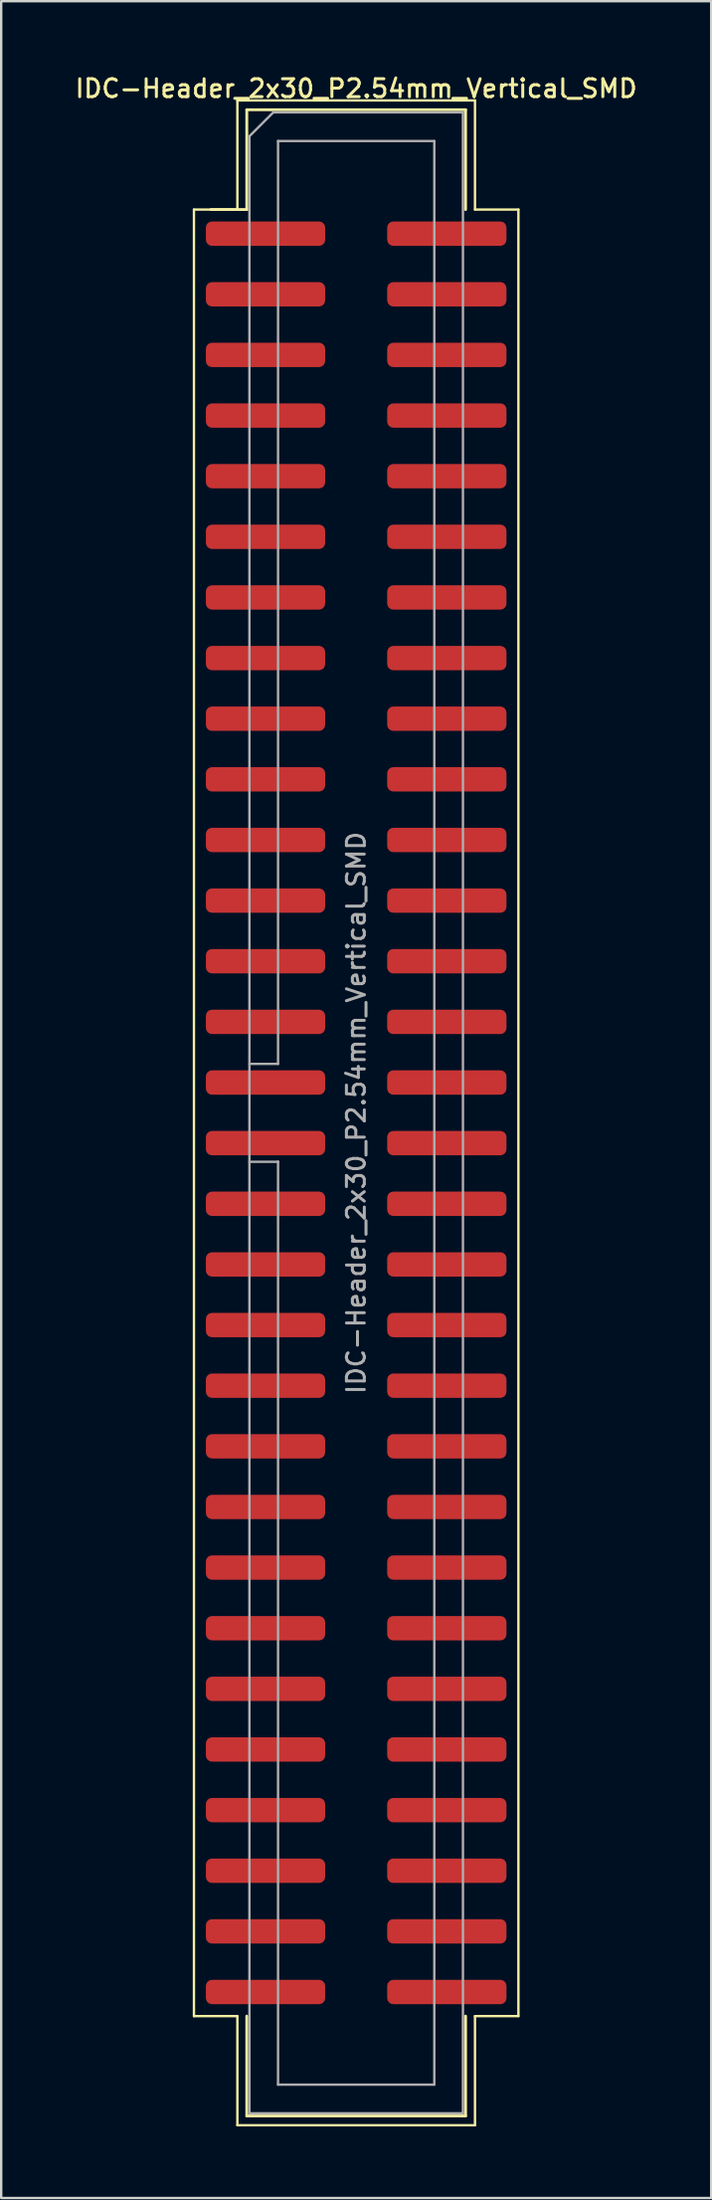
<source format=kicad_pcb>
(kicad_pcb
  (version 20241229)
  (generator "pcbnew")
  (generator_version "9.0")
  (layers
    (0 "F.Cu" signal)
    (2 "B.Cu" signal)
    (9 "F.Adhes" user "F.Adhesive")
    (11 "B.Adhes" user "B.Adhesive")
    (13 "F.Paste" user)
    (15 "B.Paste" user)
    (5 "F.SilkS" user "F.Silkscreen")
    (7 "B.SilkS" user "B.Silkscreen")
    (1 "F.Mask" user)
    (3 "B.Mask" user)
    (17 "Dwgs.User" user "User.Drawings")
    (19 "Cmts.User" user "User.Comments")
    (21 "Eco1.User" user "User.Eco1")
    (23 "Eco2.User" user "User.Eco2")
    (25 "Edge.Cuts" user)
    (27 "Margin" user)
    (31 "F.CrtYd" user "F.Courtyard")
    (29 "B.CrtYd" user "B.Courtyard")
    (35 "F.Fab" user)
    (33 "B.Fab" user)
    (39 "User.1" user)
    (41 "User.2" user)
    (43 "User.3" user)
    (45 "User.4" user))
  (footprint "IDC-Header_2x30_P2.54mm_Vertical_SMD"
    (layer "F.Cu")
    (at 11.88 43.568)
    (property "Reference" "IDC-Header_2x30_P2.54mm_Vertical_SMD" (at 0 -42.91 0) (layer "F.SilkS") (effects (font (size 0.75 0.75) (thickness 0.125))))
    (attr smd)
    (fp_line (start -6.8 -37.84) (end -6.8 37.84) (stroke (width 0.1) (type solid)) (layer "F.SilkS"))
    (fp_line (start -6.8 37.84) (end -4.98 37.84) (stroke (width 0.1) (type solid)) (layer "F.SilkS"))
    (fp_line (start -4.98 -42.41) (end -4.98 -37.84) (stroke (width 0.1) (type solid)) (layer "F.SilkS"))
    (fp_line (start -4.98 -37.84) (end -6.8 -37.84) (stroke (width 0.1) (type solid)) (layer "F.SilkS"))
    (fp_line (start -4.98 37.84) (end -4.98 42.41) (stroke (width 0.1) (type solid)) (layer "F.SilkS"))
    (fp_line (start -4.98 42.41) (end 4.98 42.41) (stroke (width 0.1) (type solid)) (layer "F.SilkS"))
    (fp_line (start -4.585 -42.02) (end 4.585 -42.02) (stroke (width 0.12) (type solid)) (layer "F.SilkS"))
    (fp_line (start -4.585 -37.84) (end -6.085 -37.84) (stroke (width 0.12) (type solid)) (layer "F.SilkS"))
    (fp_line (start -4.585 -37.84) (end -4.585 -42.02) (stroke (width 0.12) (type solid)) (layer "F.SilkS"))
    (fp_line (start -4.585 37.84) (end -4.585 42.02) (stroke (width 0.12) (type solid)) (layer "F.SilkS"))
    (fp_line (start -4.585 42.02) (end 4.585 42.02) (stroke (width 0.12) (type solid)) (layer "F.SilkS"))
    (fp_line (start 4.585 -42.02) (end 4.585 -37.84) (stroke (width 0.12) (type solid)) (layer "F.SilkS"))
    (fp_line (start 4.585 42.02) (end 4.585 37.84) (stroke (width 0.12) (type solid)) (layer "F.SilkS"))
    (fp_line (start 4.98 -42.41) (end -4.98 -42.41) (stroke (width 0.1) (type solid)) (layer "F.SilkS"))
    (fp_line (start 4.98 -37.84) (end 4.98 -42.41) (stroke (width 0.1) (type solid)) (layer "F.SilkS"))
    (fp_line (start 4.98 37.84) (end 6.8 37.84) (stroke (width 0.1) (type solid)) (layer "F.SilkS"))
    (fp_line (start 4.98 42.41) (end 4.98 37.84) (stroke (width 0.1) (type solid)) (layer "F.SilkS"))
    (fp_line (start 6.8 -37.84) (end 4.98 -37.84) (stroke (width 0.1) (type solid)) (layer "F.SilkS"))
    (fp_line (start 6.8 37.84) (end 6.8 -37.84) (stroke (width 0.1) (type solid)) (layer "F.SilkS"))
    (fp_line (start -4.475 -40.91) (end -3.475 -41.91) (stroke (width 0.1) (type solid)) (layer "F.Fab"))
    (fp_line (start -4.475 -2.05) (end -3.275 -2.05) (stroke (width 0.1) (type solid)) (layer "F.Fab"))
    (fp_line (start -4.475 41.91) (end -4.475 -40.91) (stroke (width 0.1) (type solid)) (layer "F.Fab"))
    (fp_line (start -3.475 -41.91) (end 4.475 -41.91) (stroke (width 0.1) (type solid)) (layer "F.Fab"))
    (fp_line (start -3.275 -40.71) (end 3.275 -40.71) (stroke (width 0.1) (type solid)) (layer "F.Fab"))
    (fp_line (start -3.275 -2.05) (end -3.275 -40.71) (stroke (width 0.1) (type solid)) (layer "F.Fab"))
    (fp_line (start -3.275 2.05) (end -4.475 2.05) (stroke (width 0.1) (type solid)) (layer "F.Fab"))
    (fp_line (start -3.275 2.05) (end -3.275 2.05) (stroke (width 0.1) (type solid)) (layer "F.Fab"))
    (fp_line (start -3.275 40.71) (end -3.275 2.05) (stroke (width 0.1) (type solid)) (layer "F.Fab"))
    (fp_line (start 3.275 -40.71) (end 3.275 40.71) (stroke (width 0.1) (type solid)) (layer "F.Fab"))
    (fp_line (start 3.275 40.71) (end -3.275 40.71) (stroke (width 0.1) (type solid)) (layer "F.Fab"))
    (fp_line (start 4.475 -41.91) (end 4.475 41.91) (stroke (width 0.1) (type solid)) (layer "F.Fab"))
    (fp_line (start 4.475 41.91) (end -4.475 41.91) (stroke (width 0.1) (type solid)) (layer "F.Fab"))
    (fp_text user "${REFERENCE}" (at 0 0 90) (layer "F.Fab") (effects (font (size 0.75 0.75) (thickness 0.125))))
    (pad "1" smd roundrect (at -3.8 -36.83) (size 5 1.02) (layers "F.Cu" "F.Mask" "F.Paste") (roundrect_rratio 0.25))
    (pad "2" smd roundrect (at 3.8 -36.83) (size 5 1.02) (layers "F.Cu" "F.Mask" "F.Paste") (roundrect_rratio 0.25))
    (pad "3" smd roundrect (at -3.8 -34.29) (size 5 1.02) (layers "F.Cu" "F.Mask" "F.Paste") (roundrect_rratio 0.25))
    (pad "4" smd roundrect (at 3.8 -34.29) (size 5 1.02) (layers "F.Cu" "F.Mask" "F.Paste") (roundrect_rratio 0.25))
    (pad "5" smd roundrect (at -3.8 -31.75) (size 5 1.02) (layers "F.Cu" "F.Mask" "F.Paste") (roundrect_rratio 0.25))
    (pad "6" smd roundrect (at 3.8 -31.75) (size 5 1.02) (layers "F.Cu" "F.Mask" "F.Paste") (roundrect_rratio 0.25))
    (pad "7" smd roundrect (at -3.8 -29.21) (size 5 1.02) (layers "F.Cu" "F.Mask" "F.Paste") (roundrect_rratio 0.25))
    (pad "8" smd roundrect (at 3.8 -29.21) (size 5 1.02) (layers "F.Cu" "F.Mask" "F.Paste") (roundrect_rratio 0.25))
    (pad "9" smd roundrect (at -3.8 -26.67) (size 5 1.02) (layers "F.Cu" "F.Mask" "F.Paste") (roundrect_rratio 0.25))
    (pad "10" smd roundrect (at 3.8 -26.67) (size 5 1.02) (layers "F.Cu" "F.Mask" "F.Paste") (roundrect_rratio 0.25))
    (pad "11" smd roundrect (at -3.8 -24.13) (size 5 1.02) (layers "F.Cu" "F.Mask" "F.Paste") (roundrect_rratio 0.25))
    (pad "12" smd roundrect (at 3.8 -24.13) (size 5 1.02) (layers "F.Cu" "F.Mask" "F.Paste") (roundrect_rratio 0.25))
    (pad "13" smd roundrect (at -3.8 -21.59) (size 5 1.02) (layers "F.Cu" "F.Mask" "F.Paste") (roundrect_rratio 0.25))
    (pad "14" smd roundrect (at 3.8 -21.59) (size 5 1.02) (layers "F.Cu" "F.Mask" "F.Paste") (roundrect_rratio 0.25))
    (pad "15" smd roundrect (at -3.8 -19.05) (size 5 1.02) (layers "F.Cu" "F.Mask" "F.Paste") (roundrect_rratio 0.25))
    (pad "16" smd roundrect (at 3.8 -19.05) (size 5 1.02) (layers "F.Cu" "F.Mask" "F.Paste") (roundrect_rratio 0.25))
    (pad "17" smd roundrect (at -3.8 -16.51) (size 5 1.02) (layers "F.Cu" "F.Mask" "F.Paste") (roundrect_rratio 0.25))
    (pad "18" smd roundrect (at 3.8 -16.51) (size 5 1.02) (layers "F.Cu" "F.Mask" "F.Paste") (roundrect_rratio 0.25))
    (pad "19" smd roundrect (at -3.8 -13.97) (size 5 1.02) (layers "F.Cu" "F.Mask" "F.Paste") (roundrect_rratio 0.25))
    (pad "20" smd roundrect (at 3.8 -13.97) (size 5 1.02) (layers "F.Cu" "F.Mask" "F.Paste") (roundrect_rratio 0.25))
    (pad "21" smd roundrect (at -3.8 -11.43) (size 5 1.02) (layers "F.Cu" "F.Mask" "F.Paste") (roundrect_rratio 0.25))
    (pad "22" smd roundrect (at 3.8 -11.43) (size 5 1.02) (layers "F.Cu" "F.Mask" "F.Paste") (roundrect_rratio 0.25))
    (pad "23" smd roundrect (at -3.8 -8.89) (size 5 1.02) (layers "F.Cu" "F.Mask" "F.Paste") (roundrect_rratio 0.25))
    (pad "24" smd roundrect (at 3.8 -8.89) (size 5 1.02) (layers "F.Cu" "F.Mask" "F.Paste") (roundrect_rratio 0.25))
    (pad "25" smd roundrect (at -3.8 -6.35) (size 5 1.02) (layers "F.Cu" "F.Mask" "F.Paste") (roundrect_rratio 0.25))
    (pad "26" smd roundrect (at 3.8 -6.35) (size 5 1.02) (layers "F.Cu" "F.Mask" "F.Paste") (roundrect_rratio 0.25))
    (pad "27" smd roundrect (at -3.8 -3.81) (size 5 1.02) (layers "F.Cu" "F.Mask" "F.Paste") (roundrect_rratio 0.25))
    (pad "28" smd roundrect (at 3.8 -3.81) (size 5 1.02) (layers "F.Cu" "F.Mask" "F.Paste") (roundrect_rratio 0.25))
    (pad "29" smd roundrect (at -3.8 -1.27) (size 5 1.02) (layers "F.Cu" "F.Mask" "F.Paste") (roundrect_rratio 0.25))
    (pad "30" smd roundrect (at 3.8 -1.27) (size 5 1.02) (layers "F.Cu" "F.Mask" "F.Paste") (roundrect_rratio 0.25))
    (pad "31" smd roundrect (at -3.8 1.27) (size 5 1.02) (layers "F.Cu" "F.Mask" "F.Paste") (roundrect_rratio 0.25))
    (pad "32" smd roundrect (at 3.8 1.27) (size 5 1.02) (layers "F.Cu" "F.Mask" "F.Paste") (roundrect_rratio 0.25))
    (pad "33" smd roundrect (at -3.8 3.81) (size 5 1.02) (layers "F.Cu" "F.Mask" "F.Paste") (roundrect_rratio 0.25))
    (pad "34" smd roundrect (at 3.8 3.81) (size 5 1.02) (layers "F.Cu" "F.Mask" "F.Paste") (roundrect_rratio 0.25))
    (pad "35" smd roundrect (at -3.8 6.35) (size 5 1.02) (layers "F.Cu" "F.Mask" "F.Paste") (roundrect_rratio 0.25))
    (pad "36" smd roundrect (at 3.8 6.35) (size 5 1.02) (layers "F.Cu" "F.Mask" "F.Paste") (roundrect_rratio 0.25))
    (pad "37" smd roundrect (at -3.8 8.89) (size 5 1.02) (layers "F.Cu" "F.Mask" "F.Paste") (roundrect_rratio 0.25))
    (pad "38" smd roundrect (at 3.8 8.89) (size 5 1.02) (layers "F.Cu" "F.Mask" "F.Paste") (roundrect_rratio 0.25))
    (pad "39" smd roundrect (at -3.8 11.43) (size 5 1.02) (layers "F.Cu" "F.Mask" "F.Paste") (roundrect_rratio 0.25))
    (pad "40" smd roundrect (at 3.8 11.43) (size 5 1.02) (layers "F.Cu" "F.Mask" "F.Paste") (roundrect_rratio 0.25))
    (pad "41" smd roundrect (at -3.8 13.97) (size 5 1.02) (layers "F.Cu" "F.Mask" "F.Paste") (roundrect_rratio 0.25))
    (pad "42" smd roundrect (at 3.8 13.97) (size 5 1.02) (layers "F.Cu" "F.Mask" "F.Paste") (roundrect_rratio 0.25))
    (pad "43" smd roundrect (at -3.8 16.51) (size 5 1.02) (layers "F.Cu" "F.Mask" "F.Paste") (roundrect_rratio 0.25))
    (pad "44" smd roundrect (at 3.8 16.51) (size 5 1.02) (layers "F.Cu" "F.Mask" "F.Paste") (roundrect_rratio 0.25))
    (pad "45" smd roundrect (at -3.8 19.05) (size 5 1.02) (layers "F.Cu" "F.Mask" "F.Paste") (roundrect_rratio 0.25))
    (pad "46" smd roundrect (at 3.8 19.05) (size 5 1.02) (layers "F.Cu" "F.Mask" "F.Paste") (roundrect_rratio 0.25))
    (pad "47" smd roundrect (at -3.8 21.59) (size 5 1.02) (layers "F.Cu" "F.Mask" "F.Paste") (roundrect_rratio 0.25))
    (pad "48" smd roundrect (at 3.8 21.59) (size 5 1.02) (layers "F.Cu" "F.Mask" "F.Paste") (roundrect_rratio 0.25))
    (pad "49" smd roundrect (at -3.8 24.13) (size 5 1.02) (layers "F.Cu" "F.Mask" "F.Paste") (roundrect_rratio 0.25))
    (pad "50" smd roundrect (at 3.8 24.13) (size 5 1.02) (layers "F.Cu" "F.Mask" "F.Paste") (roundrect_rratio 0.25))
    (pad "51" smd roundrect (at -3.8 26.67) (size 5 1.02) (layers "F.Cu" "F.Mask" "F.Paste") (roundrect_rratio 0.25))
    (pad "52" smd roundrect (at 3.8 26.67) (size 5 1.02) (layers "F.Cu" "F.Mask" "F.Paste") (roundrect_rratio 0.25))
    (pad "53" smd roundrect (at -3.8 29.21) (size 5 1.02) (layers "F.Cu" "F.Mask" "F.Paste") (roundrect_rratio 0.25))
    (pad "54" smd roundrect (at 3.8 29.21) (size 5 1.02) (layers "F.Cu" "F.Mask" "F.Paste") (roundrect_rratio 0.25))
    (pad "55" smd roundrect (at -3.8 31.75) (size 5 1.02) (layers "F.Cu" "F.Mask" "F.Paste") (roundrect_rratio 0.25))
    (pad "56" smd roundrect (at 3.8 31.75) (size 5 1.02) (layers "F.Cu" "F.Mask" "F.Paste") (roundrect_rratio 0.25))
    (pad "57" smd roundrect (at -3.8 34.29) (size 5 1.02) (layers "F.Cu" "F.Mask" "F.Paste") (roundrect_rratio 0.25))
    (pad "58" smd roundrect (at 3.8 34.29) (size 5 1.02) (layers "F.Cu" "F.Mask" "F.Paste") (roundrect_rratio 0.25))
    (pad "59" smd roundrect (at -3.8 36.83) (size 5 1.02) (layers "F.Cu" "F.Mask" "F.Paste") (roundrect_rratio 0.25))
    (pad "60" smd roundrect (at 3.8 36.83) (size 5 1.02) (layers "F.Cu" "F.Mask" "F.Paste") (roundrect_rratio 0.25)))
  (gr_rect
    (start -3 -3)
    (end 26.761 89.028)
    (stroke (width 0.1) (type default))
    (fill no)
    (layer "Edge.Cuts")))
</source>
